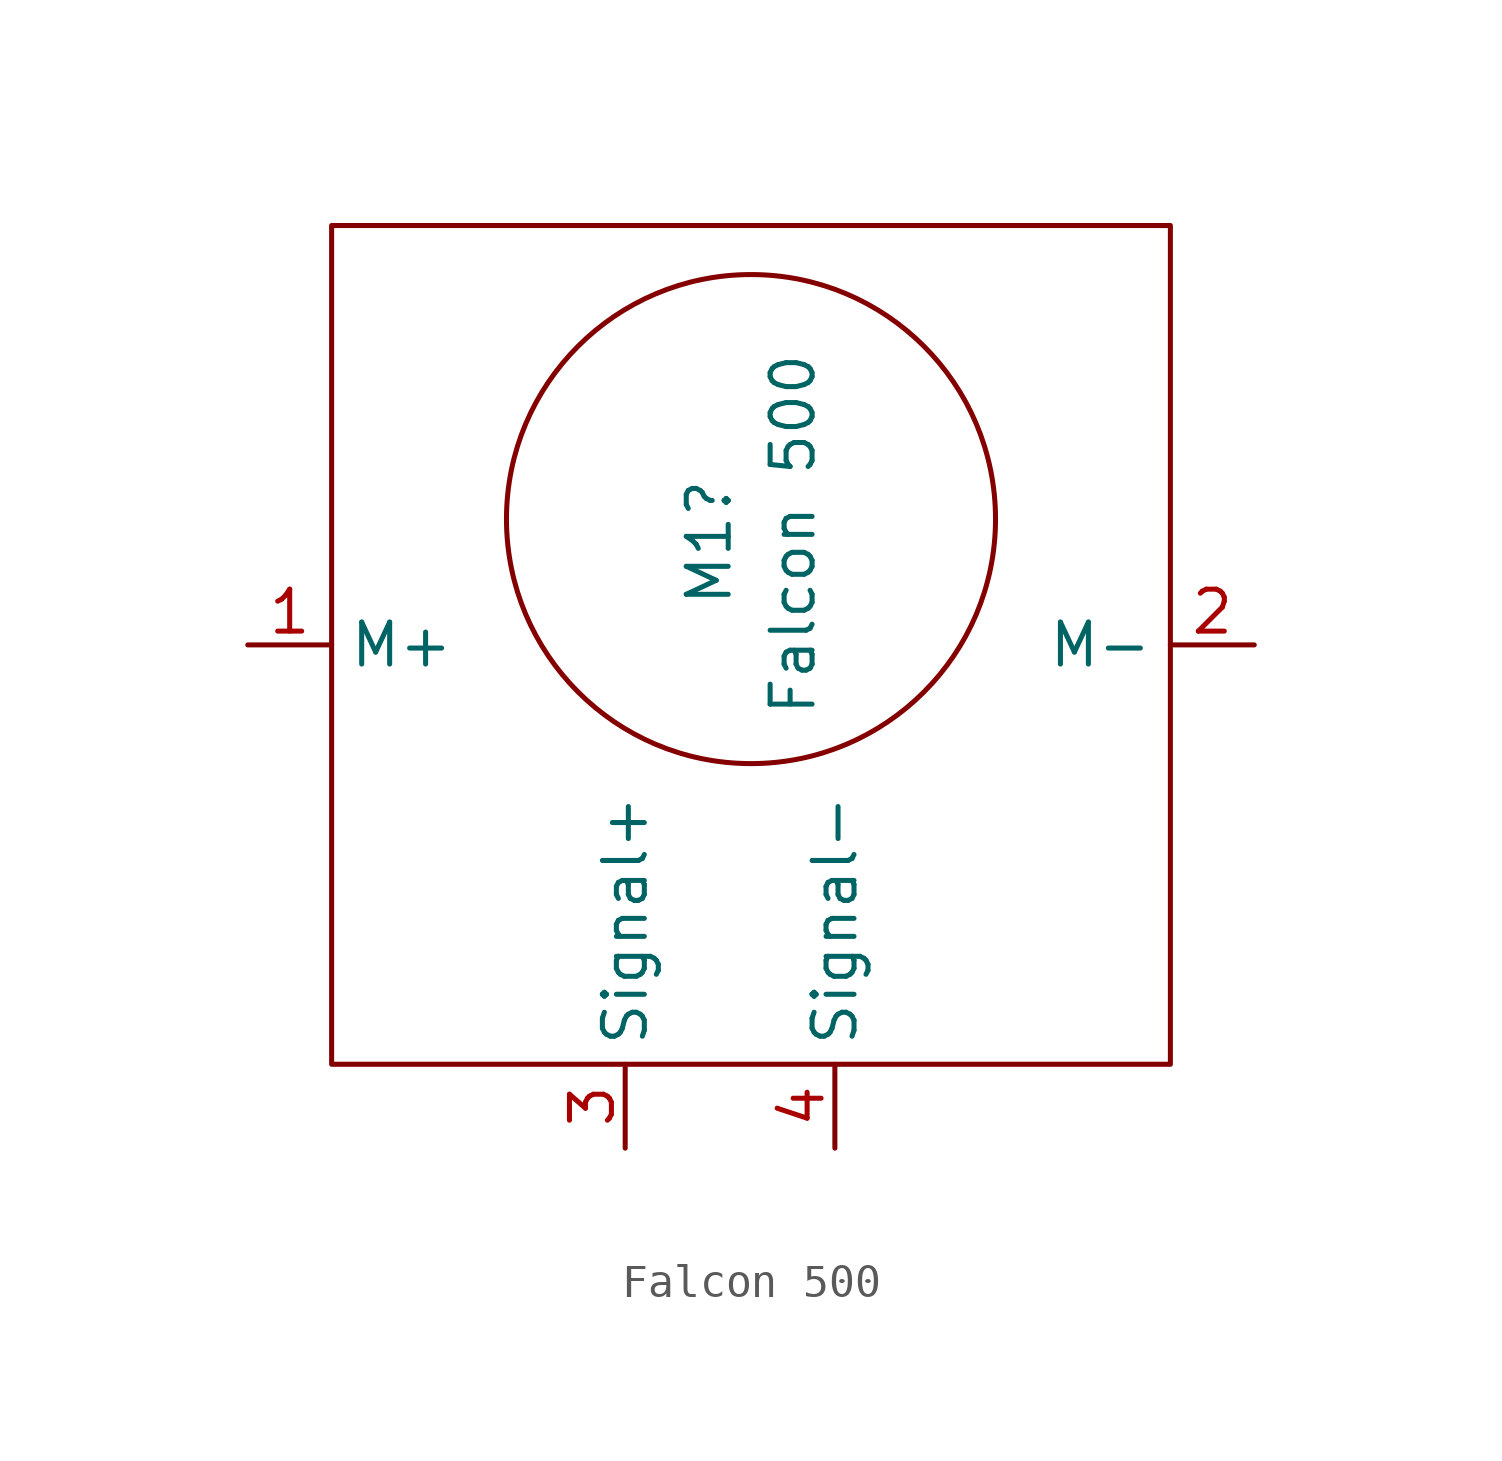
<source format=kicad_sym>
(kicad_symbol_lib
  (version 20211014)
  (generator kicad_symbol_editor)
  (symbol "Falcon 500"
    (property "Reference" "M1"
      (at -1.27 5.08 90)
      (effects (font (size 1.27 1.27)) (justify right)))
    (property "Value" "Falcon 500"
      (at 1.27 8.89 90)
      (effects (font (size 1.27 1.27)) (justify right)))
    (symbol "Falcon 500_0_1"
      (circle (center 0 3.81) (radius 7.405) (stroke (width 0) (type default) (color 0 0 0 0)) (fill (type none)))
      (rectangle (start 12.7 12.7) (end -12.7 -12.7) (stroke (width 0) (type default) (color 0 0 0 0)) (fill (type none))))
    (symbol "Falcon 500_1_1"
      (pin power_in line (at -15.24 0 0) (length 2.54) (name "M+" (effects (font (size 1.27 1.27)))) (number "1" (effects (font (size 1.27 1.27)))))
      (pin power_in line (at 15.24 0 180) (length 2.54) (name "M-" (effects (font (size 1.27 1.27)))) (number "2" (effects (font (size 1.27 1.27)))))
      (pin input line (at -3.81 -15.24 90) (length 2.54) (name "Signal+" (effects (font (size 1.27 1.27)))) (number "3" (effects (font (size 1.27 1.27)))))
      (pin input line (at 2.54 -15.24 90) (length 2.54) (name "Signal-" (effects (font (size 1.27 1.27)))) (number "4" (effects (font (size 1.27 1.27))))))))
</source>
